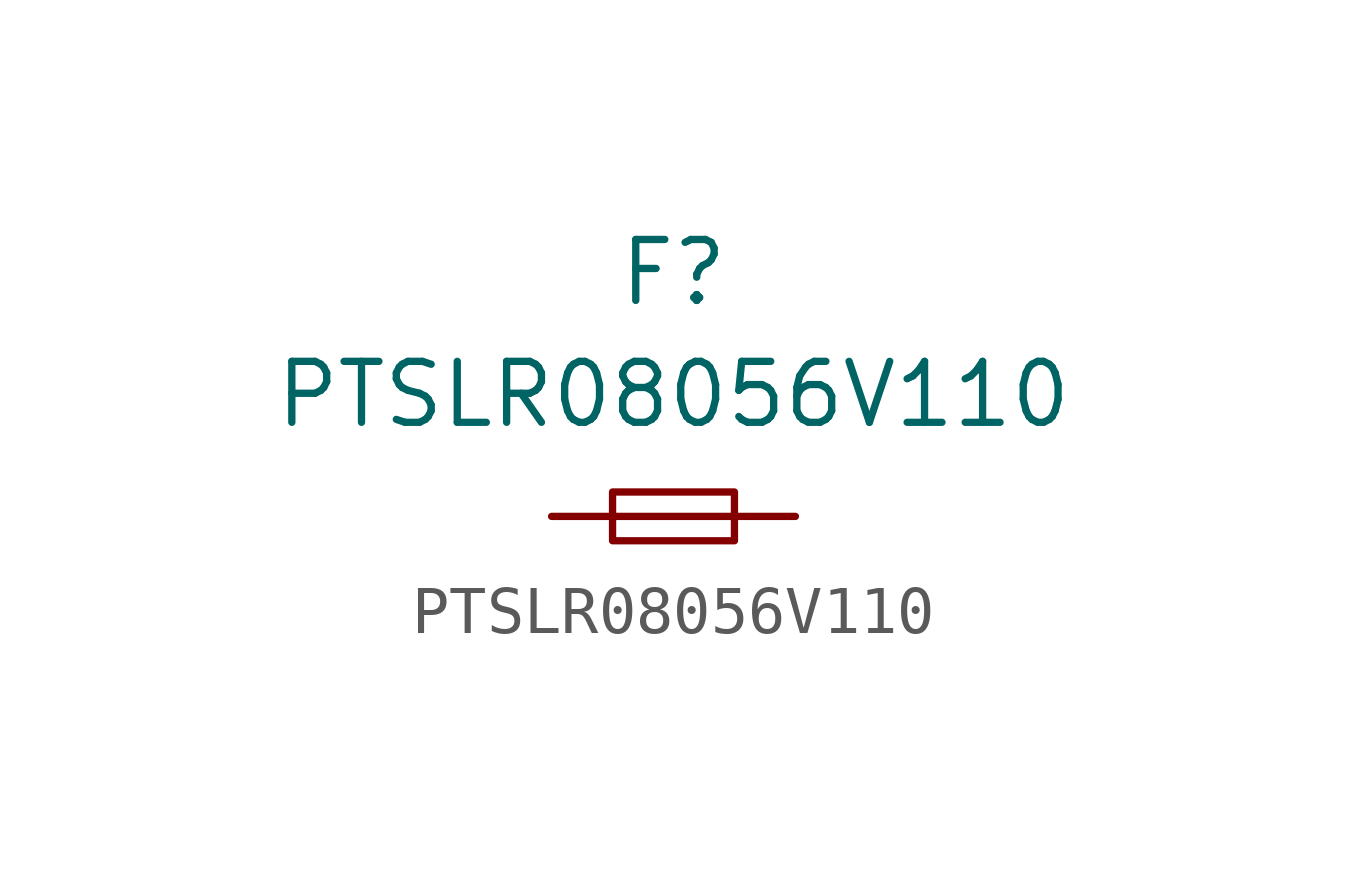
<source format=kicad_sym>
(kicad_symbol_lib
  (version 20241209)
  (generator "kicad_symbol_editor")
  (generator_version "9.0")
  (symbol "PTSLR08056V110"
    (pin_numbers
      (hide yes))
    (pin_names
      (hide yes))
    (property "Reference" "F"
      (at 0 5.08 0)
      (effects (font (size 1.27 1.27))))
    (property "Value" "PTSLR08056V110"
      (at 0 2.54 0)
      (effects (font (size 1.27 1.27))))
    (symbol "PTSLR08056V110_0_1"
      (rectangle (start -1.27 0.508) (end 1.27 -0.508) (stroke (width 0) (type default)) (fill (type none)))
      (polyline (pts (xy -1.27 0) (xy 1.27 0)) (stroke (width 0) (type default)) (fill (type none))))
    (symbol "PTSLR08056V110_1_1"
      (pin passive line (at -2.54 0 0) (length 1.27) (name "~" (effects (font (size 1.27 1.27)))) (number "1" (effects (font (size 1.27 1.27)))))
      (pin passive line (at 2.54 0 180) (length 1.27) (name "~" (effects (font (size 1.27 1.27)))) (number "2" (effects (font (size 1.27 1.27))))))))
</source>
